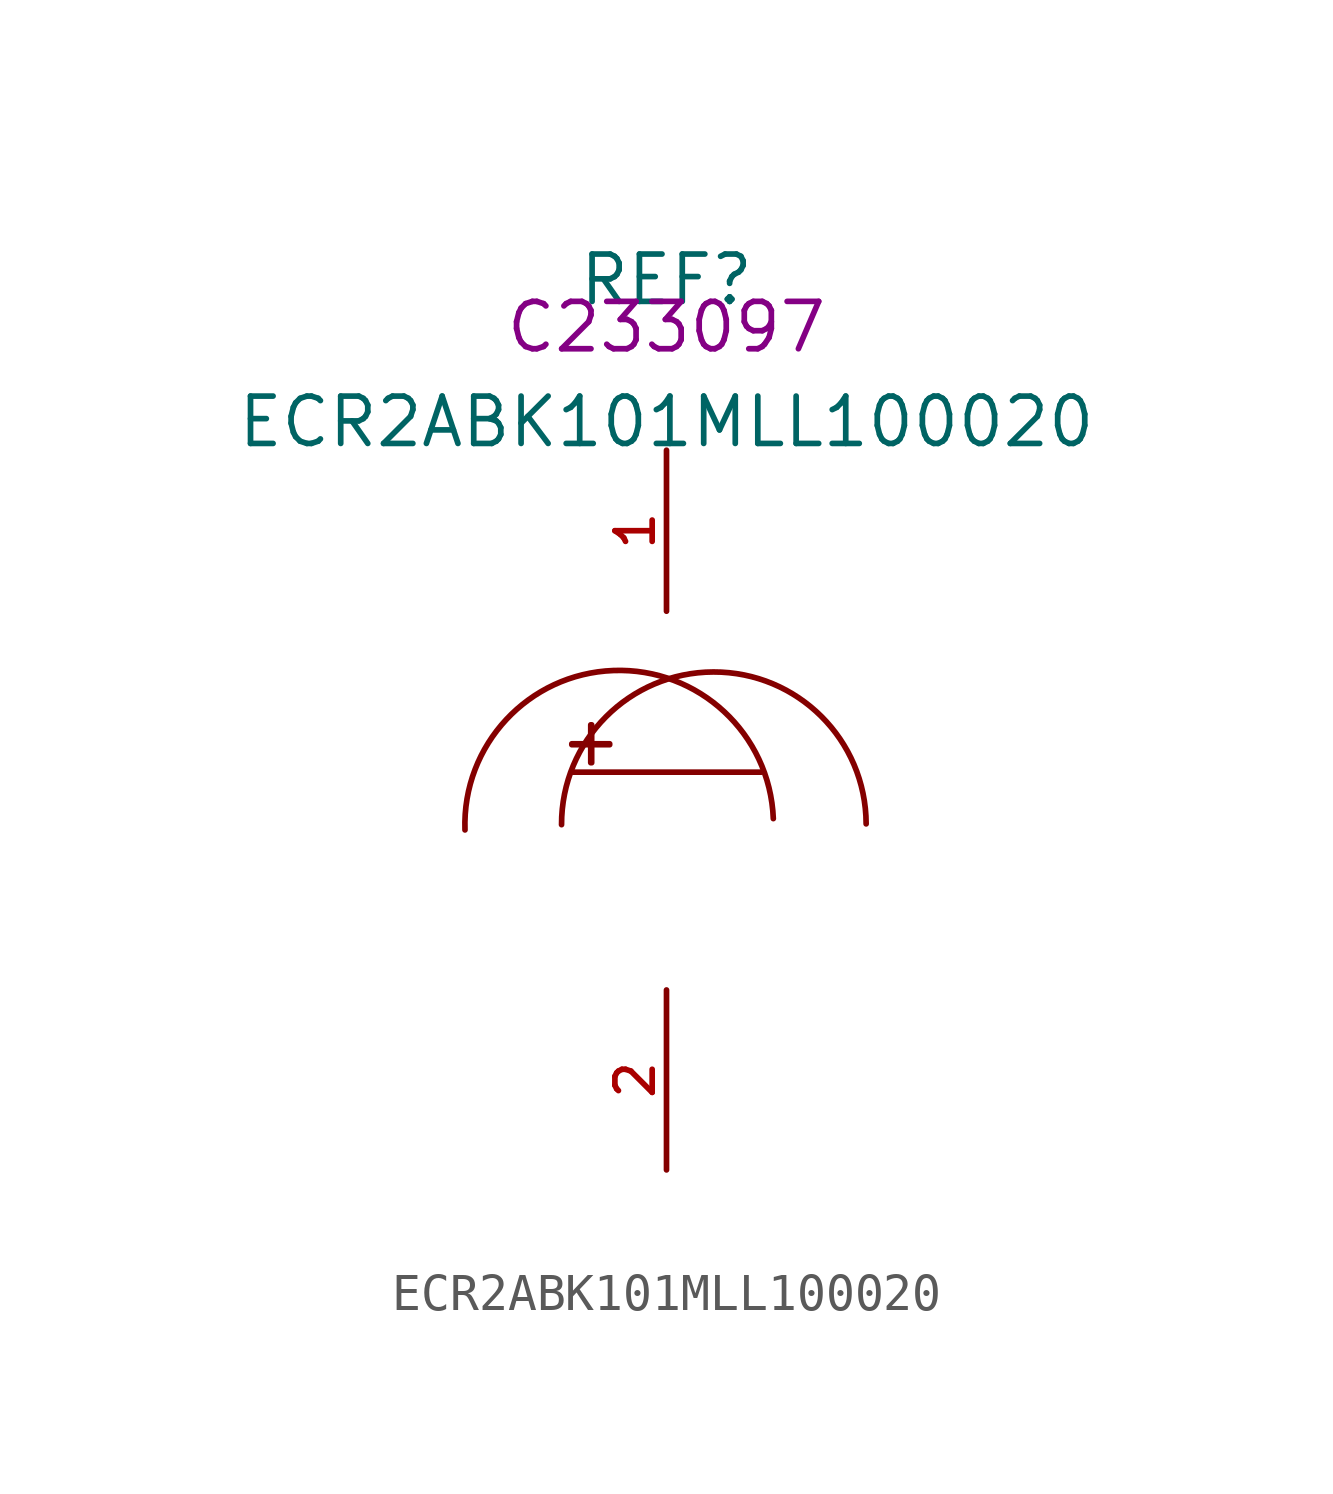
<source format=kicad_sym>
(kicad_symbol_lib
  (version 20210201)
  (generator TousstNicolas/JLC2KiCad_lib)
  (symbol "ECR2ABK101MLL100020"
    (pin_names hide)
    (property "Reference" "REF"
      (at 0 1.27 0)
      (effects (font (size 1.27 1.27))))
    (property "Value" "ECR2ABK101MLL100020"
      (at 0 -2.54 0)
      (effects (font (size 1.27 1.27))))
    (property "LCSC" "C233097"
      (at 0 0 0)
      (effects (font (size 1.27 1.27))))
    (symbol "ECR2ABK101MLL100020_0_0"
      (pin unspecified line (at 0.0 -7.62 90) (length 4.318) (name "1" (effects (font (size 1 1)))) (number "1" (effects (font (size 1 1)))))
      (pin unspecified line (at 0.0 -17.78 270) (length 4.826) (name "2" (effects (font (size 1 1)))) (number "2" (effects (font (size 1 1)))))
      (polyline (pts (xy -2.54 -11.938) (xy 2.54 -11.938)) (stroke (width 0) (type default) (color 0 0 0 0)) (fill (type none)))
      (arc (start 5.355220345204572 -13.324283934021082) (mid 1.2592839340210986 -9.249779654795432) (end -2.8152203452045512 -13.34571606597892) (stroke (width 0) (type default) (color 0 0 0 0)) (fill (type none)))
      (arc (start 2.86530566076695 -13.183174978162171) (mid -1.4218250218378188 -9.199694339233062) (end -5.405305660766942 -13.486825021837817) (stroke (width 0) (type default) (color 0 0 0 0)) (fill (type none)))
      (rectangle (start -2.54 -11.176) (end -1.524 -11.201) (stroke (width 0) (type default) (color 0 0 0 0)) (fill (type background)))
      (rectangle (start -2.032 -10.668) (end -2.007 -11.684) (stroke (width 0) (type default) (color 0 0 0 0)) (fill (type background))))))
</source>
